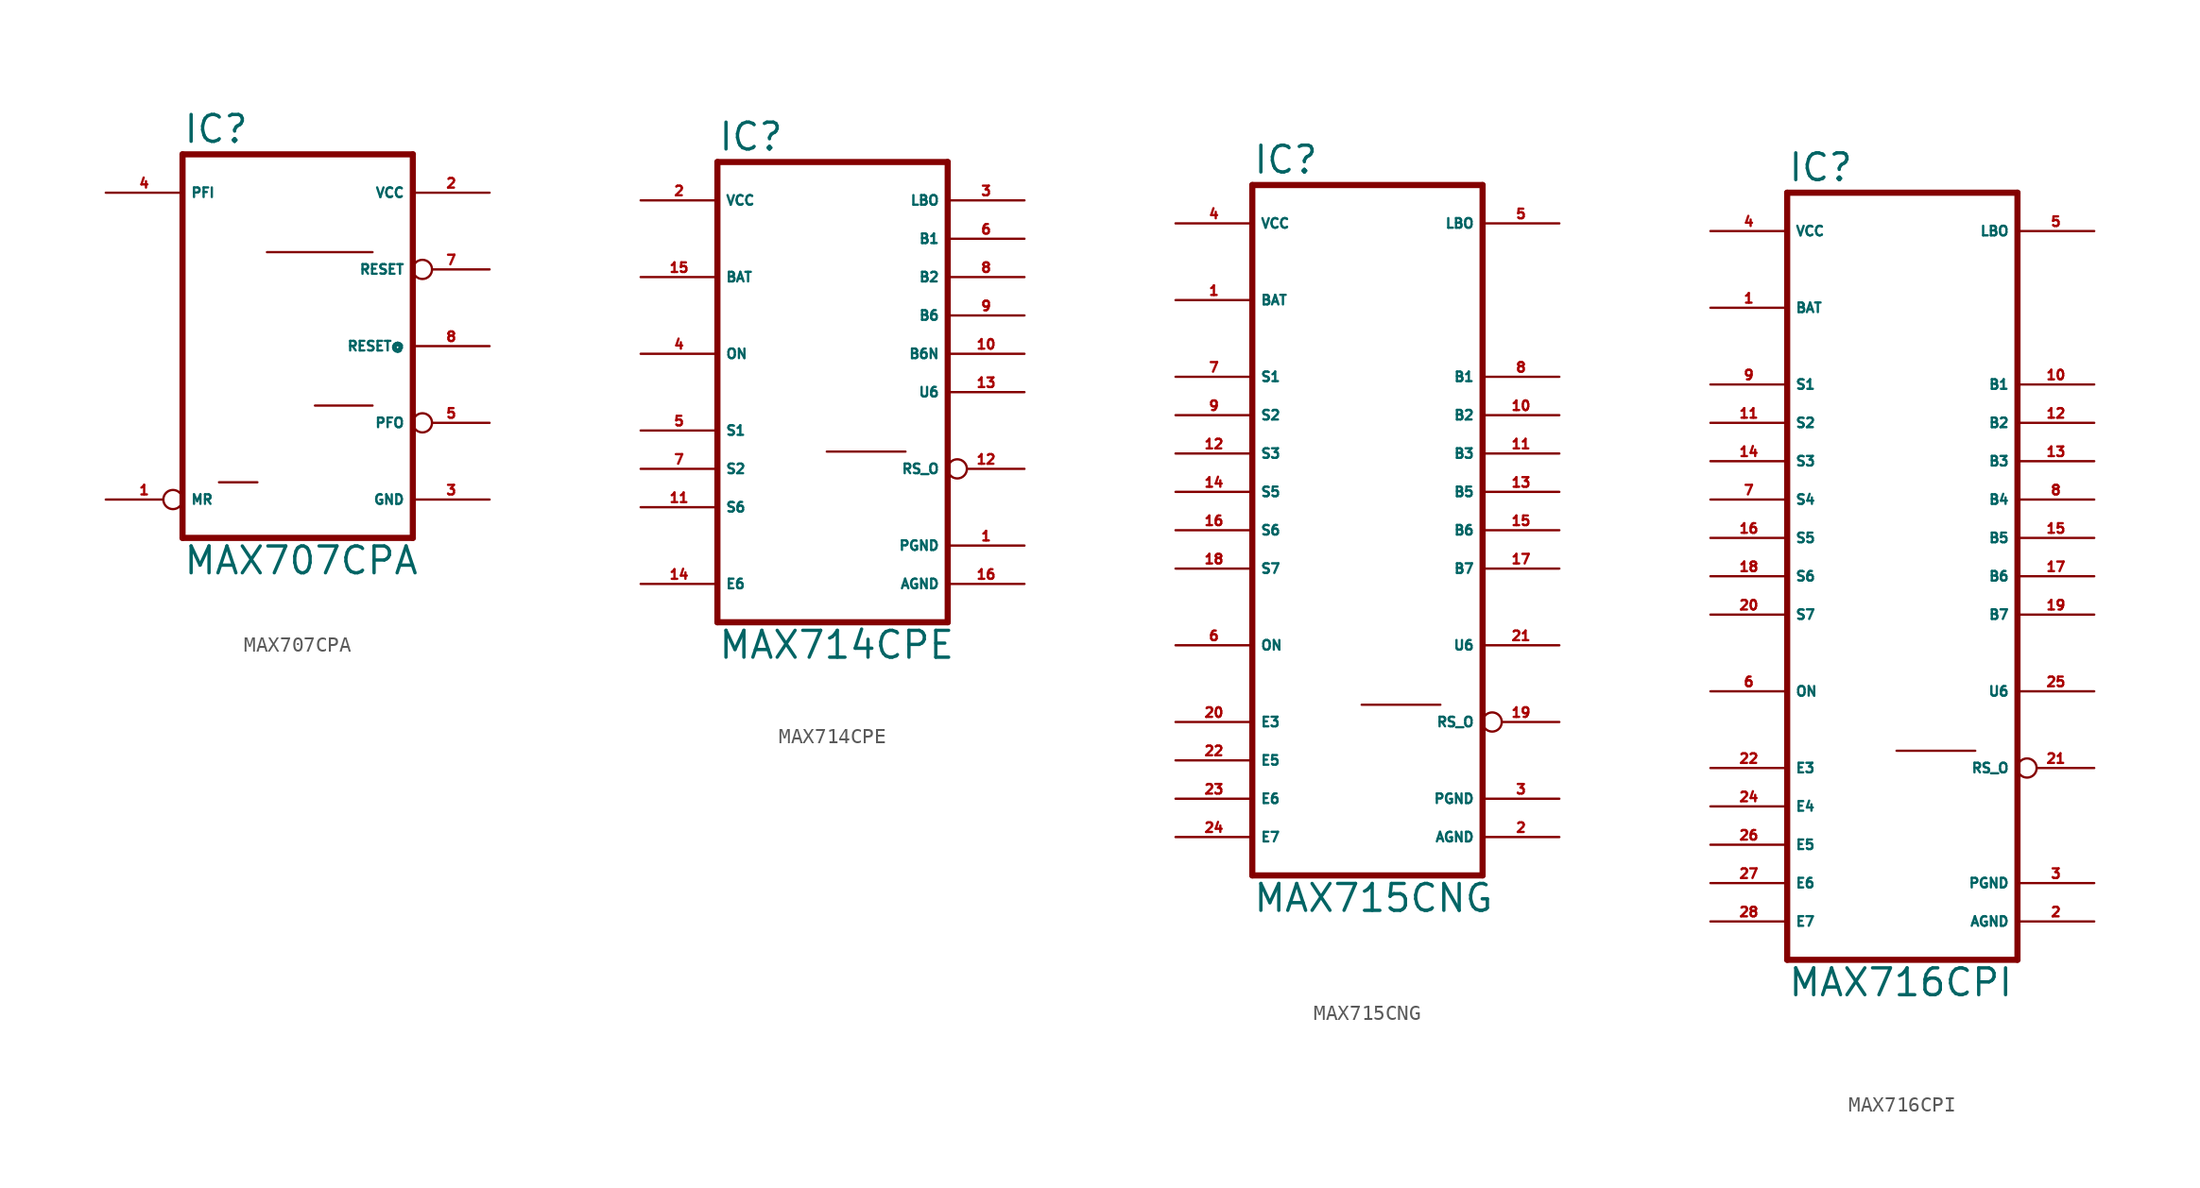
<source format=kicad_sym>
(kicad_symbol_lib
  (version 20220914)
  (generator Eagle2Kicad)
  (symbol "MAX707CPA"
    (property "Reference" "IC"
      (at -7.62 13.335 0)
      (effects (font (size 1.778 1.778) (thickness 0.22)) (justify left bottom)))
    (property "Value" "MAX707CPA"
      (at -7.62 -15.24 0)
      (effects (font (size 1.778 1.778) (thickness 0.22)) (justify left bottom)))
    (polyline
      (pts (xy 7.62 -12.7) (xy -7.62 -12.7))
      (stroke (width 0.406) (type default))
      (fill (type none)))
    (polyline
      (pts (xy -7.62 12.7) (xy -7.62 -12.7))
      (stroke (width 0.406) (type default))
      (fill (type none)))
    (polyline
      (pts (xy -7.62 12.7) (xy 7.62 12.7))
      (stroke (width 0.406) (type default))
      (fill (type none)))
    (polyline
      (pts (xy 7.62 -12.7) (xy 7.62 12.7))
      (stroke (width 0.406) (type default))
      (fill (type none)))
    (polyline
      (pts (xy -5.207 -9.017) (xy -2.667 -9.017))
      (stroke (width 0.152) (type default))
      (fill (type none)))
    (polyline
      (pts (xy 1.143 -3.937) (xy 4.953 -3.937))
      (stroke (width 0.152) (type default))
      (fill (type none)))
    (polyline
      (pts (xy -2.032 6.223) (xy 4.953 6.223))
      (stroke (width 0.152) (type default))
      (fill (type none)))
    (pin output inverted
      (at 12.7 -5.08 180)
      (length 5.08)
      (name "PFO" (effects (font (size 0.635 0.635) (thickness 0.08)) (justify left bottom)))
      (number "5" (effects (font (size 0.635 0.635) (thickness 0.08)) (justify left bottom))))
    (pin input line
      (at -12.7 10.16 0)
      (length 5.08)
      (name "PFI" (effects (font (size 0.635 0.635) (thickness 0.08)) (justify left bottom)))
      (number "4" (effects (font (size 0.635 0.635) (thickness 0.08)) (justify left bottom))))
    (pin input inverted
      (at -12.7 -10.16 0)
      (length 5.08)
      (name "MR" (effects (font (size 0.635 0.635) (thickness 0.08)) (justify left bottom)))
      (number "1" (effects (font (size 0.635 0.635) (thickness 0.08)) (justify left bottom))))
    (pin output line
      (at 12.7 0 180)
      (length 5.08)
      (name "RESET@" (effects (font (size 0.635 0.635) (thickness 0.08)) (justify left bottom)))
      (number "8" (effects (font (size 0.635 0.635) (thickness 0.08)) (justify left bottom))))
    (pin unspecified line
      (at 12.7 -10.16 180)
      (length 5.08)
      (name "GND" (effects (font (size 0.635 0.635) (thickness 0.08)) (justify left bottom)))
      (number "3" (effects (font (size 0.635 0.635) (thickness 0.08)) (justify left bottom))))
    (pin unspecified line
      (at 12.7 10.16 180)
      (length 5.08)
      (name "VCC" (effects (font (size 0.635 0.635) (thickness 0.08)) (justify left bottom)))
      (number "2" (effects (font (size 0.635 0.635) (thickness 0.08)) (justify left bottom))))
    (pin output inverted
      (at 12.7 5.08 180)
      (length 5.08)
      (name "RESET" (effects (font (size 0.635 0.635) (thickness 0.08)) (justify left bottom)))
      (number "7" (effects (font (size 0.635 0.635) (thickness 0.08)) (justify left bottom)))))
  (symbol "MAX714CPE"
    (property "Reference" "IC"
      (at -7.62 15.875 0)
      (effects (font (size 1.778 1.778) (thickness 0.22)) (justify left bottom)))
    (property "Value" "MAX714CPE"
      (at -7.62 -17.78 0)
      (effects (font (size 1.778 1.778) (thickness 0.22)) (justify left bottom)))
    (polyline
      (pts (xy -7.62 -15.24) (xy -7.62 15.24))
      (stroke (width 0.406) (type default))
      (fill (type none)))
    (polyline
      (pts (xy 7.62 15.24) (xy -7.62 15.24))
      (stroke (width 0.406) (type default))
      (fill (type none)))
    (polyline
      (pts (xy 7.62 15.24) (xy 7.62 -15.24))
      (stroke (width 0.406) (type default))
      (fill (type none)))
    (polyline
      (pts (xy -7.62 -15.24) (xy 7.62 -15.24))
      (stroke (width 0.406) (type default))
      (fill (type none)))
    (polyline
      (pts (xy -0.381 -3.937) (xy 4.826 -3.937))
      (stroke (width 0.152) (type default))
      (fill (type none)))
    (pin output inverted
      (at 12.7 -5.08 180)
      (length 5.08)
      (name "RS_O" (effects (font (size 0.635 0.635) (thickness 0.08)) (justify left bottom)))
      (number "12" (effects (font (size 0.635 0.635) (thickness 0.08)) (justify left bottom))))
    (pin passive line
      (at -12.7 2.54 0)
      (length 5.08)
      (name "ON" (effects (font (size 0.635 0.635) (thickness 0.08)) (justify left bottom)))
      (number "4" (effects (font (size 0.635 0.635) (thickness 0.08)) (justify left bottom))))
    (pin unspecified line
      (at 12.7 -12.7 180)
      (length 5.08)
      (name "AGND" (effects (font (size 0.635 0.635) (thickness 0.08)) (justify left bottom)))
      (number "16" (effects (font (size 0.635 0.635) (thickness 0.08)) (justify left bottom))))
    (pin unspecified line
      (at -12.7 12.7 0)
      (length 5.08)
      (name "VCC" (effects (font (size 0.635 0.635) (thickness 0.08)) (justify left bottom)))
      (number "2" (effects (font (size 0.635 0.635) (thickness 0.08)) (justify left bottom))))
    (pin output line
      (at 12.7 12.7 180)
      (length 5.08)
      (name "LBO" (effects (font (size 0.635 0.635) (thickness 0.08)) (justify left bottom)))
      (number "3" (effects (font (size 0.635 0.635) (thickness 0.08)) (justify left bottom))))
    (pin input line
      (at -12.7 7.62 0)
      (length 5.08)
      (name "BAT" (effects (font (size 0.635 0.635) (thickness 0.08)) (justify left bottom)))
      (number "15" (effects (font (size 0.635 0.635) (thickness 0.08)) (justify left bottom))))
    (pin unspecified line
      (at 12.7 -10.16 180)
      (length 5.08)
      (name "PGND" (effects (font (size 0.635 0.635) (thickness 0.08)) (justify left bottom)))
      (number "1" (effects (font (size 0.635 0.635) (thickness 0.08)) (justify left bottom))))
    (pin input line
      (at -12.7 -2.54 0)
      (length 5.08)
      (name "S1" (effects (font (size 0.635 0.635) (thickness 0.08)) (justify left bottom)))
      (number "5" (effects (font (size 0.635 0.635) (thickness 0.08)) (justify left bottom))))
    (pin output line
      (at 12.7 10.16 180)
      (length 5.08)
      (name "B1" (effects (font (size 0.635 0.635) (thickness 0.08)) (justify left bottom)))
      (number "6" (effects (font (size 0.635 0.635) (thickness 0.08)) (justify left bottom))))
    (pin input line
      (at -12.7 -5.08 0)
      (length 5.08)
      (name "S2" (effects (font (size 0.635 0.635) (thickness 0.08)) (justify left bottom)))
      (number "7" (effects (font (size 0.635 0.635) (thickness 0.08)) (justify left bottom))))
    (pin output line
      (at 12.7 7.62 180)
      (length 5.08)
      (name "B2" (effects (font (size 0.635 0.635) (thickness 0.08)) (justify left bottom)))
      (number "8" (effects (font (size 0.635 0.635) (thickness 0.08)) (justify left bottom))))
    (pin output line
      (at 12.7 5.08 180)
      (length 5.08)
      (name "B6" (effects (font (size 0.635 0.635) (thickness 0.08)) (justify left bottom)))
      (number "9" (effects (font (size 0.635 0.635) (thickness 0.08)) (justify left bottom))))
    (pin input line
      (at -12.7 -7.62 0)
      (length 5.08)
      (name "S6" (effects (font (size 0.635 0.635) (thickness 0.08)) (justify left bottom)))
      (number "11" (effects (font (size 0.635 0.635) (thickness 0.08)) (justify left bottom))))
    (pin output line
      (at 12.7 0 180)
      (length 5.08)
      (name "U6" (effects (font (size 0.635 0.635) (thickness 0.08)) (justify left bottom)))
      (number "13" (effects (font (size 0.635 0.635) (thickness 0.08)) (justify left bottom))))
    (pin passive line
      (at -12.7 -12.7 0)
      (length 5.08)
      (name "E6" (effects (font (size 0.635 0.635) (thickness 0.08)) (justify left bottom)))
      (number "14" (effects (font (size 0.635 0.635) (thickness 0.08)) (justify left bottom))))
    (pin output line
      (at 12.7 2.54 180)
      (length 5.08)
      (name "B6N" (effects (font (size 0.635 0.635) (thickness 0.08)) (justify left bottom)))
      (number "10" (effects (font (size 0.635 0.635) (thickness 0.08)) (justify left bottom)))))
  (symbol "MAX715CNG"
    (property "Reference" "IC"
      (at -7.62 20.955 0)
      (effects (font (size 1.778 1.778) (thickness 0.22)) (justify left bottom)))
    (property "Value" "MAX715CNG"
      (at -7.62 -27.94 0)
      (effects (font (size 1.778 1.778) (thickness 0.22)) (justify left bottom)))
    (polyline
      (pts (xy -7.62 -25.4) (xy -7.62 20.32))
      (stroke (width 0.406) (type default))
      (fill (type none)))
    (polyline
      (pts (xy 7.62 20.32) (xy -7.62 20.32))
      (stroke (width 0.406) (type default))
      (fill (type none)))
    (polyline
      (pts (xy 7.62 20.32) (xy 7.62 -25.4))
      (stroke (width 0.406) (type default))
      (fill (type none)))
    (polyline
      (pts (xy -7.62 -25.4) (xy 7.62 -25.4))
      (stroke (width 0.406) (type default))
      (fill (type none)))
    (polyline
      (pts (xy -0.381 -14.097) (xy 4.826 -14.097))
      (stroke (width 0.152) (type default))
      (fill (type none)))
    (pin output inverted
      (at 12.7 -15.24 180)
      (length 5.08)
      (name "RS_O" (effects (font (size 0.635 0.635) (thickness 0.08)) (justify left bottom)))
      (number "19" (effects (font (size 0.635 0.635) (thickness 0.08)) (justify left bottom))))
    (pin passive line
      (at -12.7 -10.16 0)
      (length 5.08)
      (name "ON" (effects (font (size 0.635 0.635) (thickness 0.08)) (justify left bottom)))
      (number "6" (effects (font (size 0.635 0.635) (thickness 0.08)) (justify left bottom))))
    (pin unspecified line
      (at 12.7 -22.86 180)
      (length 5.08)
      (name "AGND" (effects (font (size 0.635 0.635) (thickness 0.08)) (justify left bottom)))
      (number "2" (effects (font (size 0.635 0.635) (thickness 0.08)) (justify left bottom))))
    (pin unspecified line
      (at -12.7 17.78 0)
      (length 5.08)
      (name "VCC" (effects (font (size 0.635 0.635) (thickness 0.08)) (justify left bottom)))
      (number "4" (effects (font (size 0.635 0.635) (thickness 0.08)) (justify left bottom))))
    (pin output line
      (at 12.7 17.78 180)
      (length 5.08)
      (name "LBO" (effects (font (size 0.635 0.635) (thickness 0.08)) (justify left bottom)))
      (number "5" (effects (font (size 0.635 0.635) (thickness 0.08)) (justify left bottom))))
    (pin input line
      (at -12.7 12.7 0)
      (length 5.08)
      (name "BAT" (effects (font (size 0.635 0.635) (thickness 0.08)) (justify left bottom)))
      (number "1" (effects (font (size 0.635 0.635) (thickness 0.08)) (justify left bottom))))
    (pin unspecified line
      (at 12.7 -20.32 180)
      (length 5.08)
      (name "PGND" (effects (font (size 0.635 0.635) (thickness 0.08)) (justify left bottom)))
      (number "3" (effects (font (size 0.635 0.635) (thickness 0.08)) (justify left bottom))))
    (pin input line
      (at -12.7 7.62 0)
      (length 5.08)
      (name "S1" (effects (font (size 0.635 0.635) (thickness 0.08)) (justify left bottom)))
      (number "7" (effects (font (size 0.635 0.635) (thickness 0.08)) (justify left bottom))))
    (pin output line
      (at 12.7 7.62 180)
      (length 5.08)
      (name "B1" (effects (font (size 0.635 0.635) (thickness 0.08)) (justify left bottom)))
      (number "8" (effects (font (size 0.635 0.635) (thickness 0.08)) (justify left bottom))))
    (pin input line
      (at -12.7 5.08 0)
      (length 5.08)
      (name "S2" (effects (font (size 0.635 0.635) (thickness 0.08)) (justify left bottom)))
      (number "9" (effects (font (size 0.635 0.635) (thickness 0.08)) (justify left bottom))))
    (pin output line
      (at 12.7 5.08 180)
      (length 5.08)
      (name "B2" (effects (font (size 0.635 0.635) (thickness 0.08)) (justify left bottom)))
      (number "10" (effects (font (size 0.635 0.635) (thickness 0.08)) (justify left bottom))))
    (pin output line
      (at 12.7 -2.54 180)
      (length 5.08)
      (name "B6" (effects (font (size 0.635 0.635) (thickness 0.08)) (justify left bottom)))
      (number "15" (effects (font (size 0.635 0.635) (thickness 0.08)) (justify left bottom))))
    (pin input line
      (at -12.7 -2.54 0)
      (length 5.08)
      (name "S6" (effects (font (size 0.635 0.635) (thickness 0.08)) (justify left bottom)))
      (number "16" (effects (font (size 0.635 0.635) (thickness 0.08)) (justify left bottom))))
    (pin output line
      (at 12.7 -10.16 180)
      (length 5.08)
      (name "U6" (effects (font (size 0.635 0.635) (thickness 0.08)) (justify left bottom)))
      (number "21" (effects (font (size 0.635 0.635) (thickness 0.08)) (justify left bottom))))
    (pin passive line
      (at -12.7 -20.32 0)
      (length 5.08)
      (name "E6" (effects (font (size 0.635 0.635) (thickness 0.08)) (justify left bottom)))
      (number "23" (effects (font (size 0.635 0.635) (thickness 0.08)) (justify left bottom))))
    (pin output line
      (at 12.7 -5.08 180)
      (length 5.08)
      (name "B7" (effects (font (size 0.635 0.635) (thickness 0.08)) (justify left bottom)))
      (number "17" (effects (font (size 0.635 0.635) (thickness 0.08)) (justify left bottom))))
    (pin input line
      (at -12.7 2.54 0)
      (length 5.08)
      (name "S3" (effects (font (size 0.635 0.635) (thickness 0.08)) (justify left bottom)))
      (number "12" (effects (font (size 0.635 0.635) (thickness 0.08)) (justify left bottom))))
    (pin output line
      (at 12.7 2.54 180)
      (length 5.08)
      (name "B3" (effects (font (size 0.635 0.635) (thickness 0.08)) (justify left bottom)))
      (number "11" (effects (font (size 0.635 0.635) (thickness 0.08)) (justify left bottom))))
    (pin output line
      (at 12.7 0 180)
      (length 5.08)
      (name "B5" (effects (font (size 0.635 0.635) (thickness 0.08)) (justify left bottom)))
      (number "13" (effects (font (size 0.635 0.635) (thickness 0.08)) (justify left bottom))))
    (pin input line
      (at -12.7 0 0)
      (length 5.08)
      (name "S5" (effects (font (size 0.635 0.635) (thickness 0.08)) (justify left bottom)))
      (number "14" (effects (font (size 0.635 0.635) (thickness 0.08)) (justify left bottom))))
    (pin input line
      (at -12.7 -5.08 0)
      (length 5.08)
      (name "S7" (effects (font (size 0.635 0.635) (thickness 0.08)) (justify left bottom)))
      (number "18" (effects (font (size 0.635 0.635) (thickness 0.08)) (justify left bottom))))
    (pin passive line
      (at -12.7 -17.78 0)
      (length 5.08)
      (name "E5" (effects (font (size 0.635 0.635) (thickness 0.08)) (justify left bottom)))
      (number "22" (effects (font (size 0.635 0.635) (thickness 0.08)) (justify left bottom))))
    (pin passive line
      (at -12.7 -15.24 0)
      (length 5.08)
      (name "E3" (effects (font (size 0.635 0.635) (thickness 0.08)) (justify left bottom)))
      (number "20" (effects (font (size 0.635 0.635) (thickness 0.08)) (justify left bottom))))
    (pin passive line
      (at -12.7 -22.86 0)
      (length 5.08)
      (name "E7" (effects (font (size 0.635 0.635) (thickness 0.08)) (justify left bottom)))
      (number "24" (effects (font (size 0.635 0.635) (thickness 0.08)) (justify left bottom)))))
  (symbol "MAX716CPI"
    (property "Reference" "IC"
      (at -7.62 23.495 0)
      (effects (font (size 1.778 1.778) (thickness 0.22)) (justify left bottom)))
    (property "Value" "MAX716CPI"
      (at -7.62 -30.48 0)
      (effects (font (size 1.778 1.778) (thickness 0.22)) (justify left bottom)))
    (polyline
      (pts (xy -7.62 -27.94) (xy -7.62 22.86))
      (stroke (width 0.406) (type default))
      (fill (type none)))
    (polyline
      (pts (xy 7.62 22.86) (xy -7.62 22.86))
      (stroke (width 0.406) (type default))
      (fill (type none)))
    (polyline
      (pts (xy 7.62 22.86) (xy 7.62 -27.94))
      (stroke (width 0.406) (type default))
      (fill (type none)))
    (polyline
      (pts (xy -7.62 -27.94) (xy 7.62 -27.94))
      (stroke (width 0.406) (type default))
      (fill (type none)))
    (polyline
      (pts (xy -0.381 -14.097) (xy 4.826 -14.097))
      (stroke (width 0.152) (type default))
      (fill (type none)))
    (pin output inverted
      (at 12.7 -15.24 180)
      (length 5.08)
      (name "RS_O" (effects (font (size 0.635 0.635) (thickness 0.08)) (justify left bottom)))
      (number "21" (effects (font (size 0.635 0.635) (thickness 0.08)) (justify left bottom))))
    (pin passive line
      (at -12.7 -10.16 0)
      (length 5.08)
      (name "ON" (effects (font (size 0.635 0.635) (thickness 0.08)) (justify left bottom)))
      (number "6" (effects (font (size 0.635 0.635) (thickness 0.08)) (justify left bottom))))
    (pin unspecified line
      (at 12.7 -25.4 180)
      (length 5.08)
      (name "AGND" (effects (font (size 0.635 0.635) (thickness 0.08)) (justify left bottom)))
      (number "2" (effects (font (size 0.635 0.635) (thickness 0.08)) (justify left bottom))))
    (pin unspecified line
      (at -12.7 20.32 0)
      (length 5.08)
      (name "VCC" (effects (font (size 0.635 0.635) (thickness 0.08)) (justify left bottom)))
      (number "4" (effects (font (size 0.635 0.635) (thickness 0.08)) (justify left bottom))))
    (pin output line
      (at 12.7 20.32 180)
      (length 5.08)
      (name "LBO" (effects (font (size 0.635 0.635) (thickness 0.08)) (justify left bottom)))
      (number "5" (effects (font (size 0.635 0.635) (thickness 0.08)) (justify left bottom))))
    (pin input line
      (at -12.7 15.24 0)
      (length 5.08)
      (name "BAT" (effects (font (size 0.635 0.635) (thickness 0.08)) (justify left bottom)))
      (number "1" (effects (font (size 0.635 0.635) (thickness 0.08)) (justify left bottom))))
    (pin unspecified line
      (at 12.7 -22.86 180)
      (length 5.08)
      (name "PGND" (effects (font (size 0.635 0.635) (thickness 0.08)) (justify left bottom)))
      (number "3" (effects (font (size 0.635 0.635) (thickness 0.08)) (justify left bottom))))
    (pin input line
      (at -12.7 10.16 0)
      (length 5.08)
      (name "S1" (effects (font (size 0.635 0.635) (thickness 0.08)) (justify left bottom)))
      (number "9" (effects (font (size 0.635 0.635) (thickness 0.08)) (justify left bottom))))
    (pin output line
      (at 12.7 10.16 180)
      (length 5.08)
      (name "B1" (effects (font (size 0.635 0.635) (thickness 0.08)) (justify left bottom)))
      (number "10" (effects (font (size 0.635 0.635) (thickness 0.08)) (justify left bottom))))
    (pin input line
      (at -12.7 7.62 0)
      (length 5.08)
      (name "S2" (effects (font (size 0.635 0.635) (thickness 0.08)) (justify left bottom)))
      (number "11" (effects (font (size 0.635 0.635) (thickness 0.08)) (justify left bottom))))
    (pin output line
      (at 12.7 7.62 180)
      (length 5.08)
      (name "B2" (effects (font (size 0.635 0.635) (thickness 0.08)) (justify left bottom)))
      (number "12" (effects (font (size 0.635 0.635) (thickness 0.08)) (justify left bottom))))
    (pin output line
      (at 12.7 -2.54 180)
      (length 5.08)
      (name "B6" (effects (font (size 0.635 0.635) (thickness 0.08)) (justify left bottom)))
      (number "17" (effects (font (size 0.635 0.635) (thickness 0.08)) (justify left bottom))))
    (pin input line
      (at -12.7 -2.54 0)
      (length 5.08)
      (name "S6" (effects (font (size 0.635 0.635) (thickness 0.08)) (justify left bottom)))
      (number "18" (effects (font (size 0.635 0.635) (thickness 0.08)) (justify left bottom))))
    (pin output line
      (at 12.7 -10.16 180)
      (length 5.08)
      (name "U6" (effects (font (size 0.635 0.635) (thickness 0.08)) (justify left bottom)))
      (number "25" (effects (font (size 0.635 0.635) (thickness 0.08)) (justify left bottom))))
    (pin passive line
      (at -12.7 -22.86 0)
      (length 5.08)
      (name "E6" (effects (font (size 0.635 0.635) (thickness 0.08)) (justify left bottom)))
      (number "27" (effects (font (size 0.635 0.635) (thickness 0.08)) (justify left bottom))))
    (pin output line
      (at 12.7 -5.08 180)
      (length 5.08)
      (name "B7" (effects (font (size 0.635 0.635) (thickness 0.08)) (justify left bottom)))
      (number "19" (effects (font (size 0.635 0.635) (thickness 0.08)) (justify left bottom))))
    (pin input line
      (at -12.7 5.08 0)
      (length 5.08)
      (name "S3" (effects (font (size 0.635 0.635) (thickness 0.08)) (justify left bottom)))
      (number "14" (effects (font (size 0.635 0.635) (thickness 0.08)) (justify left bottom))))
    (pin input line
      (at -12.7 2.54 0)
      (length 5.08)
      (name "S4" (effects (font (size 0.635 0.635) (thickness 0.08)) (justify left bottom)))
      (number "7" (effects (font (size 0.635 0.635) (thickness 0.08)) (justify left bottom))))
    (pin output line
      (at 12.7 5.08 180)
      (length 5.08)
      (name "B3" (effects (font (size 0.635 0.635) (thickness 0.08)) (justify left bottom)))
      (number "13" (effects (font (size 0.635 0.635) (thickness 0.08)) (justify left bottom))))
    (pin output line
      (at 12.7 2.54 180)
      (length 5.08)
      (name "B4" (effects (font (size 0.635 0.635) (thickness 0.08)) (justify left bottom)))
      (number "8" (effects (font (size 0.635 0.635) (thickness 0.08)) (justify left bottom))))
    (pin output line
      (at 12.7 0 180)
      (length 5.08)
      (name "B5" (effects (font (size 0.635 0.635) (thickness 0.08)) (justify left bottom)))
      (number "15" (effects (font (size 0.635 0.635) (thickness 0.08)) (justify left bottom))))
    (pin input line
      (at -12.7 0 0)
      (length 5.08)
      (name "S5" (effects (font (size 0.635 0.635) (thickness 0.08)) (justify left bottom)))
      (number "16" (effects (font (size 0.635 0.635) (thickness 0.08)) (justify left bottom))))
    (pin input line
      (at -12.7 -5.08 0)
      (length 5.08)
      (name "S7" (effects (font (size 0.635 0.635) (thickness 0.08)) (justify left bottom)))
      (number "20" (effects (font (size 0.635 0.635) (thickness 0.08)) (justify left bottom))))
    (pin passive line
      (at -12.7 -20.32 0)
      (length 5.08)
      (name "E5" (effects (font (size 0.635 0.635) (thickness 0.08)) (justify left bottom)))
      (number "26" (effects (font (size 0.635 0.635) (thickness 0.08)) (justify left bottom))))
    (pin passive line
      (at -12.7 -17.78 0)
      (length 5.08)
      (name "E4" (effects (font (size 0.635 0.635) (thickness 0.08)) (justify left bottom)))
      (number "24" (effects (font (size 0.635 0.635) (thickness 0.08)) (justify left bottom))))
    (pin passive line
      (at -12.7 -15.24 0)
      (length 5.08)
      (name "E3" (effects (font (size 0.635 0.635) (thickness 0.08)) (justify left bottom)))
      (number "22" (effects (font (size 0.635 0.635) (thickness 0.08)) (justify left bottom))))
    (pin passive line
      (at -12.7 -25.4 0)
      (length 5.08)
      (name "E7" (effects (font (size 0.635 0.635) (thickness 0.08)) (justify left bottom)))
      (number "28" (effects (font (size 0.635 0.635) (thickness 0.08)) (justify left bottom))))))
</source>
